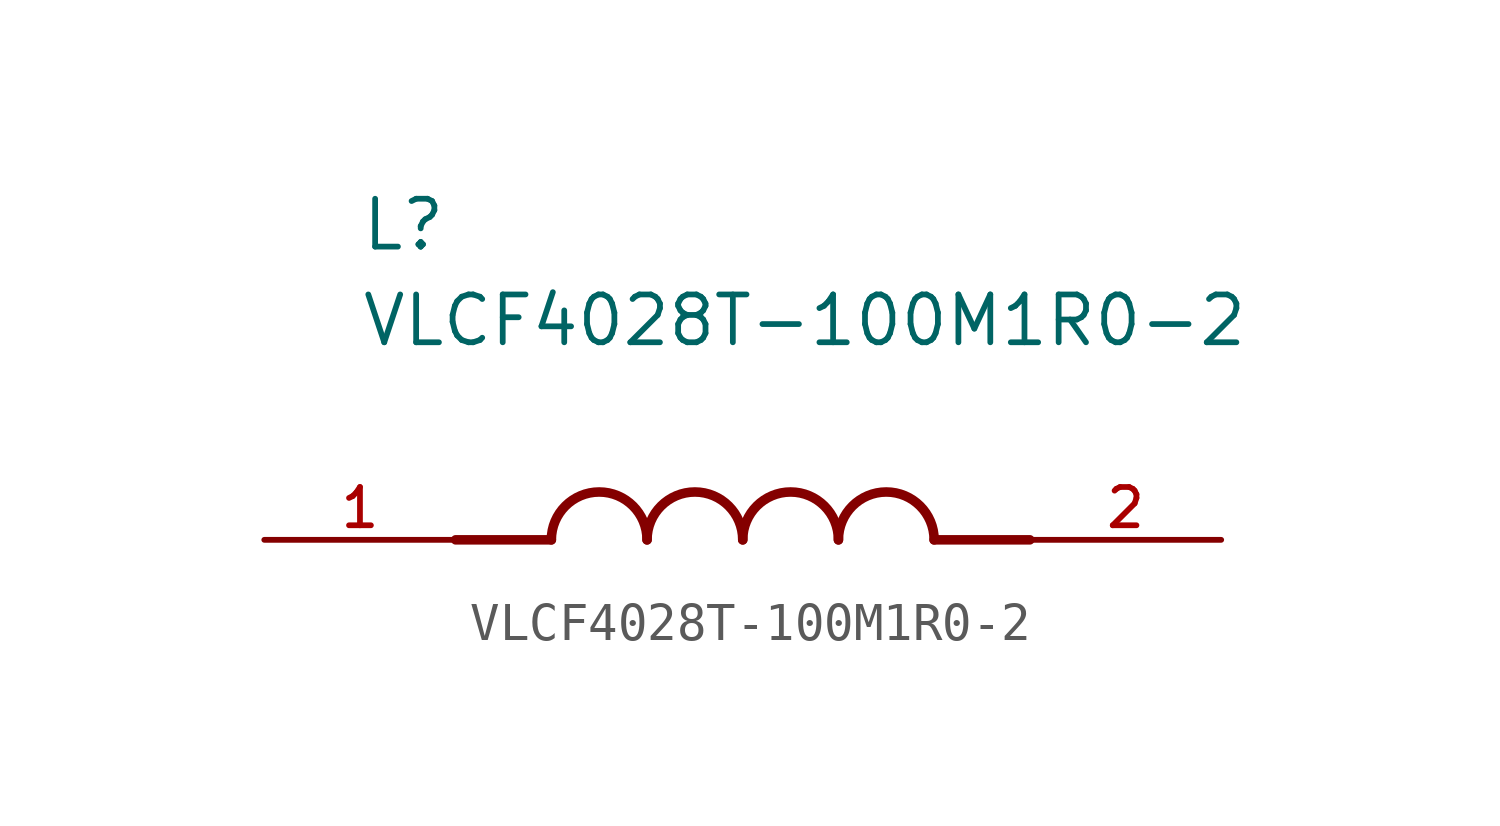
<source format=kicad_sym>
(kicad_symbol_lib
  (version 20211014)
  (generator kicad_symbol_editor)
  (symbol "VLCF4028T-100M1R0-2"
    (pin_names
      (offset 1.016))
    (property "Reference" "L"
      (at -10.16 7.62 0)
      (effects (font (size 1.27 1.27)) (justify bottom left)))
    (property "Value" "VLCF4028T-100M1R0-2"
      (at -10.16 5.08 0)
      (effects (font (size 1.27 1.27)) (justify bottom left)))
    (symbol "VLCF4028T-100M1R0-2_0_0"
      (polyline (pts (xy -5.08 0.0) (xy -7.62 0.0)) (stroke (width 0.254)))
      (polyline (pts (xy 5.08 0.0) (xy 7.62 0.0)) (stroke (width 0.254)))
      (arc (start -2.54 0.0) (mid -3.81 1.27) (end -5.08 0.0) (stroke (width 0.254) (type default) (color 0 0 0 0)) (fill (type none)))
      (arc (start 0.0 0.0) (mid -1.27 1.27) (end -2.54 0.0) (stroke (width 0.254) (type default) (color 0 0 0 0)) (fill (type none)))
      (arc (start 2.54 0.0) (mid 1.27 1.27) (end 0.0 0.0) (stroke (width 0.254) (type default) (color 0 0 0 0)) (fill (type none)))
      (arc (start 5.08 0.0) (mid 3.81 1.27) (end 2.54 0.0) (stroke (width 0.254) (type default) (color 0 0 0 0)) (fill (type none)))
      (pin passive line (at -12.7 0.0 0) (length 5.08) (name "~" (effects (font (size 1.016 1.016)))) (number "1" (effects (font (size 1.016 1.016)))))
      (pin passive line (at 12.7 0.0 180.0) (length 5.08) (name "~" (effects (font (size 1.016 1.016)))) (number "2" (effects (font (size 1.016 1.016))))))))
</source>
